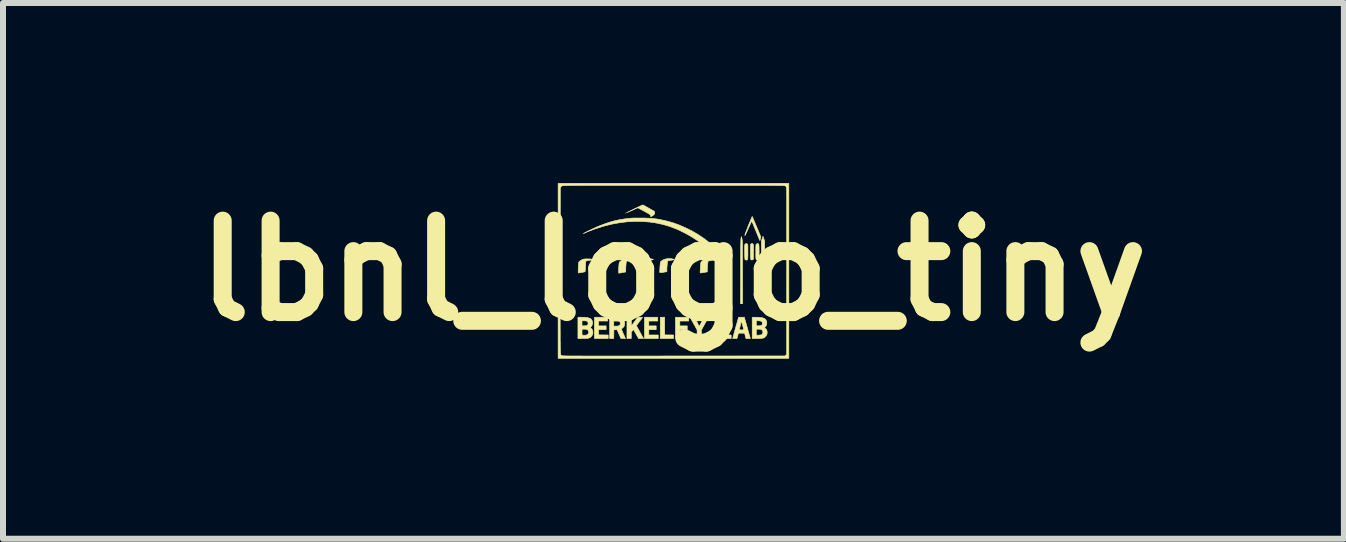
<source format=kicad_pcb>
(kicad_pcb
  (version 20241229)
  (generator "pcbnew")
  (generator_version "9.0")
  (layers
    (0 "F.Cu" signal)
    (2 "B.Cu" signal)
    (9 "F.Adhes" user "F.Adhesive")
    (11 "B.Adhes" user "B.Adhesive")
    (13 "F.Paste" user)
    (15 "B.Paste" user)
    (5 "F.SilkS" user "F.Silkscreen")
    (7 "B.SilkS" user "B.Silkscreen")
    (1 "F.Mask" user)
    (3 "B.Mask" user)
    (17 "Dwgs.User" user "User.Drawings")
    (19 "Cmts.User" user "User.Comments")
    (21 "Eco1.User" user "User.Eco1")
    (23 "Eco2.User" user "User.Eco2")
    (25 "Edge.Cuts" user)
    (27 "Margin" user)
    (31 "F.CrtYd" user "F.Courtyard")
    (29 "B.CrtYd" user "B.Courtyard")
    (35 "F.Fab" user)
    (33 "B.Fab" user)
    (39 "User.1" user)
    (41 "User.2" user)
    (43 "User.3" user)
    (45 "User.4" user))
  (footprint "lbnl_logo_tiny"
    (layer "F.Cu")
    (at 8.172 1.461)
    (property "Reference" "lbnl_logo_tiny" (at 0 0 0) (layer "F.SilkS") (effects (font (size 1.524 1.524) (thickness 0.3))))
    (attr through_hole)
    (fp_poly (pts (xy -1.503 -0.616) (xy -1.505 -0.614) (xy -1.507 -0.616) (xy -1.505 -0.618) (xy -1.503 -0.616)) (stroke (width 0.01) (type solid)) (fill yes) (layer "F.SilkS"))
    (fp_poly (pts (xy -0.796 -0.959) (xy -0.798 -0.957) (xy -0.8 -0.959) (xy -0.798 -0.961) (xy -0.796 -0.959)) (stroke (width 0.01) (type solid)) (fill yes) (layer "F.SilkS"))
    (fp_poly (pts (xy -0.147 0.922) (xy -0.146 1.069) (xy 0 1.071) (xy 0 1.13) (xy -0.22 1.13) (xy -0.22 0.775) (xy -0.148 0.775) (xy -0.147 0.922)) (stroke (width 0.01) (type solid)) (fill yes) (layer "F.SilkS"))
    (fp_poly (pts (xy 0.814 0.922) (xy 0.815 1.069) (xy 0.961 1.071) (xy 0.961 1.13) (xy 0.745 1.13) (xy 0.745 0.775) (xy 0.813 0.775) (xy 0.814 0.922)) (stroke (width 0.01) (type solid)) (fill yes) (layer "F.SilkS"))
    (fp_poly (pts (xy 1.506 -0.531) (xy 1.52 -0.489) (xy 1.52 0.55) (xy 1.465 0.55) (xy 1.465 -0.493) (xy 1.478 -0.533) (xy 1.492 -0.574) (xy 1.506 -0.531)) (stroke (width 0.01) (type solid)) (fill yes) (layer "F.SilkS"))
    (fp_poly (pts (xy -0.262 0.838) (xy -0.411 0.838) (xy -0.411 0.919) (xy -0.288 0.919) (xy -0.288 0.982) (xy -0.411 0.982) (xy -0.411 1.071) (xy -0.254 1.071) (xy -0.254 1.13) (xy -0.483 1.13) (xy -0.483 0.775) (xy -0.262 0.775) (xy -0.262 0.838)) (stroke (width 0.01) (type solid)) (fill yes) (layer "F.SilkS"))
    (fp_poly (pts (xy 0.254 0.838) (xy 0.106 0.838) (xy 0.106 0.919) (xy 0.229 0.919) (xy 0.229 0.982) (xy 0.106 0.982) (xy 0.106 1.071) (xy 0.262 1.071) (xy 0.262 1.13) (xy 0.034 1.13) (xy 0.034 0.775) (xy 0.254 0.775) (xy 0.254 0.838)) (stroke (width 0.01) (type solid)) (fill yes) (layer "F.SilkS"))
    (fp_poly (pts (xy -1.096 0.838) (xy -1.249 0.838) (xy -1.249 0.919) (xy -1.122 0.919) (xy -1.122 0.982) (xy -1.249 0.982) (xy -1.248 1.026) (xy -1.247 1.069) (xy -1.167 1.07) (xy -1.088 1.071) (xy -1.088 1.13) (xy -1.317 1.13) (xy -1.317 0.775) (xy -1.096 0.775) (xy -1.096 0.838)) (stroke (width 0.01) (type solid)) (fill yes) (layer "F.SilkS"))
    (fp_poly (pts (xy 1.23 -0.446) (xy 1.232 -0.445) (xy 1.234 -0.442) (xy 1.236 -0.438) (xy 1.238 -0.432) (xy 1.239 -0.424) (xy 1.24 -0.412) (xy 1.24 -0.395) (xy 1.24 -0.373) (xy 1.24 -0.343) (xy 1.24 -0.316) (xy 1.24 -0.278) (xy 1.24 -0.248) (xy 1.239 -0.225) (xy 1.238 -0.207) (xy 1.236 -0.195) (xy 1.233 -0.186) (xy 1.229 -0.181) (xy 1.224 -0.179) (xy 1.218 -0.178) (xy 1.213 -0.178) (xy 1.201 -0.18) (xy 1.193 -0.185) (xy 1.191 -0.189) (xy 1.19 -0.197) (xy 1.189 -0.209) (xy 1.188 -0.226) (xy 1.187 -0.25) (xy 1.187 -0.281) (xy 1.186 -0.306) (xy 1.186 -0.337) (xy 1.186 -0.366) (xy 1.186 -0.39) (xy 1.186 -0.41) (xy 1.187 -0.424) (xy 1.187 -0.43) (xy 1.194 -0.444) (xy 1.205 -0.451) (xy 1.218 -0.452) (xy 1.23 -0.446)) (stroke (width 0.01) (type solid)) (fill yes) (layer "F.SilkS"))
    (fp_poly (pts (xy -0.701 0.92) (xy -0.648 0.847) (xy -0.595 0.775) (xy -0.555 0.775) (xy -0.536 0.775) (xy -0.525 0.776) (xy -0.519 0.777) (xy -0.518 0.78) (xy -0.518 0.78) (xy -0.521 0.786) (xy -0.528 0.796) (xy -0.539 0.811) (xy -0.553 0.829) (xy -0.569 0.85) (xy -0.569 0.85) (xy -0.618 0.915) (xy -0.571 1) (xy -0.557 1.026) (xy -0.543 1.051) (xy -0.531 1.073) (xy -0.521 1.092) (xy -0.513 1.105) (xy -0.511 1.108) (xy -0.499 1.13) (xy -0.54 1.13) (xy -0.582 1.13) (xy -0.624 1.054) (xy -0.637 1.031) (xy -0.648 1.012) (xy -0.658 0.996) (xy -0.665 0.985) (xy -0.669 0.981) (xy -0.669 0.981) (xy -0.673 0.986) (xy -0.68 0.995) (xy -0.687 1.004) (xy -0.703 1.023) (xy -0.703 1.13) (xy -0.775 1.13) (xy -0.775 0.775) (xy -0.703 0.775) (xy -0.701 0.92)) (stroke (width 0.01) (type solid)) (fill yes) (layer "F.SilkS"))
    (fp_poly (pts (xy 1.141 -0.538) (xy 1.142 -0.533) (xy 1.143 -0.527) (xy 1.144 -0.521) (xy 1.145 -0.514) (xy 1.146 -0.505) (xy 1.147 -0.494) (xy 1.147 -0.48) (xy 1.148 -0.463) (xy 1.148 -0.443) (xy 1.149 -0.418) (xy 1.149 -0.389) (xy 1.149 -0.356) (xy 1.149 -0.316) (xy 1.15 -0.271) (xy 1.15 -0.219) (xy 1.15 -0.161) (xy 1.15 -0.095) (xy 1.15 -0.022) (xy 1.15 0.022) (xy 1.152 0.55) (xy 1.117 0.55) (xy 1.119 0.014) (xy 1.119 -0.066) (xy 1.119 -0.138) (xy 1.119 -0.202) (xy 1.12 -0.259) (xy 1.12 -0.309) (xy 1.12 -0.353) (xy 1.12 -0.391) (xy 1.121 -0.424) (xy 1.121 -0.452) (xy 1.122 -0.475) (xy 1.122 -0.494) (xy 1.123 -0.51) (xy 1.123 -0.522) (xy 1.124 -0.531) (xy 1.125 -0.539) (xy 1.126 -0.544) (xy 1.126 -0.546) (xy 1.133 -0.569) (xy 1.141 -0.538)) (stroke (width 0.01) (type solid)) (fill yes) (layer "F.SilkS"))
    (fp_poly (pts (xy 1.412 -0.45) (xy 1.416 -0.446) (xy 1.42 -0.441) (xy 1.422 -0.434) (xy 1.424 -0.423) (xy 1.425 -0.408) (xy 1.426 -0.388) (xy 1.426 -0.361) (xy 1.427 -0.327) (xy 1.427 -0.312) (xy 1.427 -0.275) (xy 1.426 -0.245) (xy 1.426 -0.222) (xy 1.424 -0.205) (xy 1.422 -0.193) (xy 1.419 -0.185) (xy 1.415 -0.181) (xy 1.41 -0.179) (xy 1.403 -0.178) (xy 1.399 -0.178) (xy 1.386 -0.181) (xy 1.378 -0.187) (xy 1.376 -0.191) (xy 1.375 -0.197) (xy 1.373 -0.207) (xy 1.373 -0.22) (xy 1.372 -0.238) (xy 1.372 -0.263) (xy 1.372 -0.294) (xy 1.372 -0.314) (xy 1.372 -0.348) (xy 1.372 -0.375) (xy 1.372 -0.396) (xy 1.373 -0.412) (xy 1.373 -0.422) (xy 1.375 -0.43) (xy 1.376 -0.435) (xy 1.379 -0.439) (xy 1.38 -0.442) (xy 1.391 -0.451) (xy 1.404 -0.453) (xy 1.412 -0.45)) (stroke (width 0.01) (type solid)) (fill yes) (layer "F.SilkS"))
    (fp_poly (pts (xy 1.316 -0.452) (xy 1.326 -0.445) (xy 1.329 -0.442) (xy 1.33 -0.437) (xy 1.331 -0.43) (xy 1.332 -0.419) (xy 1.333 -0.403) (xy 1.333 -0.382) (xy 1.333 -0.354) (xy 1.333 -0.319) (xy 1.333 -0.315) (xy 1.333 -0.279) (xy 1.333 -0.251) (xy 1.333 -0.229) (xy 1.333 -0.213) (xy 1.332 -0.202) (xy 1.331 -0.194) (xy 1.329 -0.189) (xy 1.327 -0.186) (xy 1.326 -0.185) (xy 1.314 -0.179) (xy 1.3 -0.179) (xy 1.29 -0.186) (xy 1.288 -0.189) (xy 1.286 -0.193) (xy 1.285 -0.201) (xy 1.284 -0.212) (xy 1.283 -0.228) (xy 1.283 -0.249) (xy 1.283 -0.276) (xy 1.283 -0.311) (xy 1.283 -0.316) (xy 1.283 -0.352) (xy 1.283 -0.38) (xy 1.283 -0.402) (xy 1.284 -0.417) (xy 1.284 -0.429) (xy 1.286 -0.436) (xy 1.287 -0.441) (xy 1.289 -0.445) (xy 1.29 -0.446) (xy 1.302 -0.452) (xy 1.316 -0.452)) (stroke (width 0.01) (type solid)) (fill yes) (layer "F.SilkS"))
    (fp_poly (pts (xy 0.39 0.849) (xy 0.401 0.872) (xy 0.411 0.893) (xy 0.419 0.909) (xy 0.425 0.92) (xy 0.428 0.925) (xy 0.428 0.925) (xy 0.431 0.922) (xy 0.437 0.913) (xy 0.445 0.898) (xy 0.456 0.879) (xy 0.467 0.856) (xy 0.47 0.851) (xy 0.508 0.775) (xy 0.544 0.775) (xy 0.562 0.775) (xy 0.573 0.776) (xy 0.578 0.777) (xy 0.579 0.78) (xy 0.578 0.781) (xy 0.576 0.787) (xy 0.569 0.798) (xy 0.56 0.815) (xy 0.549 0.837) (xy 0.535 0.861) (xy 0.521 0.887) (xy 0.466 0.986) (xy 0.466 1.13) (xy 0.394 1.13) (xy 0.394 0.988) (xy 0.339 0.888) (xy 0.324 0.861) (xy 0.31 0.836) (xy 0.299 0.815) (xy 0.29 0.798) (xy 0.284 0.786) (xy 0.281 0.781) (xy 0.281 0.778) (xy 0.285 0.776) (xy 0.294 0.775) (xy 0.309 0.775) (xy 0.316 0.775) (xy 0.354 0.775) (xy 0.39 0.849)) (stroke (width 0.01) (type solid)) (fill yes) (layer "F.SilkS"))
    (fp_poly (pts (xy -0.042 -0.201) (xy -0.004 -0.194) (xy -0.002 -0.193) (xy 0.007 -0.19) (xy 0.012 -0.188) (xy 0.012 -0.186) (xy 0.007 -0.184) (xy -0.006 -0.181) (xy -0.025 -0.177) (xy -0.044 -0.174) (xy -0.064 -0.17) (xy -0.08 -0.167) (xy -0.092 -0.165) (xy -0.096 -0.163) (xy -0.096 -0.163) (xy -0.098 -0.158) (xy -0.1 -0.146) (xy -0.102 -0.129) (xy -0.104 -0.108) (xy -0.106 -0.086) (xy -0.108 -0.063) (xy -0.109 -0.043) (xy -0.11 -0.026) (xy -0.11 -0.023) (xy -0.11 0.016) (xy -0.162 0.025) (xy -0.187 0.029) (xy -0.205 0.032) (xy -0.217 0.033) (xy -0.224 0.032) (xy -0.227 0.028) (xy -0.229 0.022) (xy -0.229 0.013) (xy -0.229 0.007) (xy -0.228 -0.007) (xy -0.227 -0.027) (xy -0.226 -0.05) (xy -0.224 -0.075) (xy -0.224 -0.082) (xy -0.218 -0.145) (xy -0.204 -0.159) (xy -0.18 -0.177) (xy -0.15 -0.19) (xy -0.117 -0.199) (xy -0.08 -0.202) (xy -0.042 -0.201)) (stroke (width 0.01) (type solid)) (fill yes) (layer "F.SilkS"))
    (fp_poly (pts (xy 0.614 -0.198) (xy 0.635 -0.196) (xy 0.655 -0.194) (xy 0.671 -0.191) (xy 0.677 -0.189) (xy 0.696 -0.184) (xy 0.643 -0.174) (xy 0.619 -0.169) (xy 0.601 -0.166) (xy 0.589 -0.163) (xy 0.581 -0.16) (xy 0.577 -0.157) (xy 0.575 -0.153) (xy 0.574 -0.147) (xy 0.574 -0.145) (xy 0.572 -0.127) (xy 0.569 -0.103) (xy 0.567 -0.077) (xy 0.565 -0.051) (xy 0.564 -0.027) (xy 0.563 -0.009) (xy 0.563 -0.008) (xy 0.563 0.019) (xy 0.507 0.029) (xy 0.486 0.032) (xy 0.468 0.035) (xy 0.455 0.037) (xy 0.448 0.038) (xy 0.448 0.038) (xy 0.446 0.034) (xy 0.445 0.025) (xy 0.444 0.02) (xy 0.445 0.01) (xy 0.446 -0.007) (xy 0.447 -0.029) (xy 0.448 -0.053) (xy 0.45 -0.069) (xy 0.452 -0.096) (xy 0.453 -0.115) (xy 0.455 -0.128) (xy 0.457 -0.137) (xy 0.459 -0.144) (xy 0.463 -0.148) (xy 0.467 -0.153) (xy 0.493 -0.174) (xy 0.524 -0.188) (xy 0.56 -0.196) (xy 0.602 -0.198) (xy 0.614 -0.198)) (stroke (width 0.01) (type solid)) (fill yes) (layer "F.SilkS"))
    (fp_poly (pts (xy -0.397 -0.202) (xy -0.36 -0.196) (xy -0.349 -0.193) (xy -0.34 -0.19) (xy -0.335 -0.188) (xy -0.335 -0.186) (xy -0.341 -0.184) (xy -0.353 -0.181) (xy -0.372 -0.177) (xy -0.391 -0.174) (xy -0.411 -0.17) (xy -0.427 -0.167) (xy -0.439 -0.165) (xy -0.444 -0.163) (xy -0.444 -0.163) (xy -0.445 -0.158) (xy -0.447 -0.146) (xy -0.449 -0.129) (xy -0.451 -0.108) (xy -0.453 -0.086) (xy -0.455 -0.063) (xy -0.456 -0.043) (xy -0.457 -0.025) (xy -0.457 -0.021) (xy -0.457 0.016) (xy -0.509 0.025) (xy -0.534 0.029) (xy -0.552 0.032) (xy -0.564 0.033) (xy -0.571 0.032) (xy -0.575 0.029) (xy -0.576 0.024) (xy -0.576 0.015) (xy -0.576 0.012) (xy -0.575 -0.001) (xy -0.575 -0.019) (xy -0.573 -0.042) (xy -0.572 -0.066) (xy -0.571 -0.076) (xy -0.569 -0.101) (xy -0.567 -0.119) (xy -0.566 -0.132) (xy -0.563 -0.14) (xy -0.561 -0.147) (xy -0.557 -0.152) (xy -0.553 -0.156) (xy -0.531 -0.174) (xy -0.503 -0.188) (xy -0.47 -0.197) (xy -0.434 -0.202) (xy -0.397 -0.202)) (stroke (width 0.01) (type solid)) (fill yes) (layer "F.SilkS"))
    (fp_poly (pts (xy -0.506 -1.094) (xy -0.495 -1.089) (xy -0.478 -1.08) (xy -0.458 -1.069) (xy -0.434 -1.055) (xy -0.411 -1.042) (xy -0.315 -0.988) (xy -0.314 -0.972) (xy -0.314 -0.959) (xy -0.315 -0.949) (xy -0.319 -0.94) (xy -0.327 -0.932) (xy -0.34 -0.922) (xy -0.359 -0.91) (xy -0.376 -0.9) (xy -0.379 -0.9) (xy -0.381 -0.908) (xy -0.381 -0.911) (xy -0.383 -0.923) (xy -0.386 -0.932) (xy -0.386 -0.932) (xy -0.391 -0.936) (xy -0.403 -0.943) (xy -0.42 -0.953) (xy -0.441 -0.965) (xy -0.465 -0.979) (xy -0.492 -0.994) (xy -0.493 -0.994) (xy -0.594 -1.049) (xy -0.687 -1.007) (xy -0.713 -0.995) (xy -0.736 -0.985) (xy -0.756 -0.977) (xy -0.771 -0.97) (xy -0.779 -0.967) (xy -0.781 -0.966) (xy -0.778 -0.968) (xy -0.768 -0.974) (xy -0.753 -0.981) (xy -0.733 -0.991) (xy -0.709 -1.003) (xy -0.683 -1.016) (xy -0.656 -1.029) (xy -0.628 -1.042) (xy -0.601 -1.055) (xy -0.576 -1.067) (xy -0.554 -1.078) (xy -0.535 -1.086) (xy -0.521 -1.093) (xy -0.513 -1.096) (xy -0.512 -1.096) (xy -0.506 -1.094)) (stroke (width 0.01) (type solid)) (fill yes) (layer "F.SilkS"))
    (fp_poly (pts (xy -1.07 -0.201) (xy -1.045 -0.197) (xy -1.029 -0.193) (xy -1.02 -0.19) (xy -1.016 -0.188) (xy -1.016 -0.186) (xy -1.022 -0.183) (xy -1.035 -0.181) (xy -1.054 -0.177) (xy -1.073 -0.174) (xy -1.093 -0.17) (xy -1.109 -0.167) (xy -1.12 -0.165) (xy -1.124 -0.164) (xy -1.124 -0.164) (xy -1.125 -0.158) (xy -1.127 -0.146) (xy -1.129 -0.129) (xy -1.13 -0.108) (xy -1.132 -0.087) (xy -1.133 -0.065) (xy -1.134 -0.045) (xy -1.135 -0.03) (xy -1.135 -0.027) (xy -1.135 0.015) (xy -1.189 0.025) (xy -1.209 0.028) (xy -1.227 0.031) (xy -1.24 0.033) (xy -1.247 0.034) (xy -1.248 0.034) (xy -1.25 0.031) (xy -1.252 0.022) (xy -1.253 0.007) (xy -1.253 -0.005) (xy -1.253 -0.025) (xy -1.251 -0.051) (xy -1.25 -0.077) (xy -1.248 -0.095) (xy -1.246 -0.117) (xy -1.244 -0.132) (xy -1.242 -0.143) (xy -1.239 -0.15) (xy -1.234 -0.156) (xy -1.232 -0.158) (xy -1.218 -0.169) (xy -1.199 -0.181) (xy -1.176 -0.191) (xy -1.153 -0.198) (xy -1.145 -0.199) (xy -1.123 -0.202) (xy -1.097 -0.202) (xy -1.07 -0.201)) (stroke (width 0.01) (type solid)) (fill yes) (layer "F.SilkS"))
    (fp_poly (pts (xy -0.741 -0.197) (xy -0.722 -0.194) (xy -0.704 -0.191) (xy -0.688 -0.188) (xy -0.676 -0.185) (xy -0.671 -0.182) (xy -0.671 -0.182) (xy -0.674 -0.18) (xy -0.684 -0.178) (xy -0.7 -0.174) (xy -0.72 -0.17) (xy -0.727 -0.169) (xy -0.785 -0.159) (xy -0.79 -0.114) (xy -0.792 -0.089) (xy -0.794 -0.06) (xy -0.795 -0.033) (xy -0.795 -0.024) (xy -0.796 -0.006) (xy -0.796 0.009) (xy -0.797 0.019) (xy -0.797 0.021) (xy -0.802 0.022) (xy -0.813 0.024) (xy -0.829 0.026) (xy -0.847 0.03) (xy -0.865 0.033) (xy -0.882 0.036) (xy -0.896 0.039) (xy -0.904 0.04) (xy -0.905 0.04) (xy -0.91 0.041) (xy -0.912 0.039) (xy -0.914 0.033) (xy -0.914 0.022) (xy -0.914 0.01) (xy -0.914 -0.008) (xy -0.913 -0.03) (xy -0.912 -0.056) (xy -0.91 -0.08) (xy -0.908 -0.103) (xy -0.906 -0.12) (xy -0.904 -0.131) (xy -0.901 -0.139) (xy -0.898 -0.145) (xy -0.892 -0.151) (xy -0.89 -0.153) (xy -0.87 -0.169) (xy -0.844 -0.182) (xy -0.814 -0.191) (xy -0.782 -0.197) (xy -0.751 -0.198) (xy -0.741 -0.197)) (stroke (width 0.01) (type solid)) (fill yes) (layer "F.SilkS"))
    (fp_poly (pts (xy -1.433 -0.197) (xy -1.404 -0.196) (xy -1.382 -0.195) (xy -1.367 -0.193) (xy -1.357 -0.19) (xy -1.34 -0.183) (xy -1.38 -0.176) (xy -1.4 -0.173) (xy -1.42 -0.169) (xy -1.435 -0.167) (xy -1.439 -0.166) (xy -1.451 -0.164) (xy -1.457 -0.16) (xy -1.46 -0.152) (xy -1.461 -0.144) (xy -1.463 -0.133) (xy -1.464 -0.116) (xy -1.465 -0.094) (xy -1.467 -0.07) (xy -1.467 -0.054) (xy -1.468 -0.028) (xy -1.47 -0.009) (xy -1.471 0.004) (xy -1.472 0.012) (xy -1.474 0.016) (xy -1.477 0.018) (xy -1.479 0.019) (xy -1.488 0.021) (xy -1.503 0.024) (xy -1.52 0.027) (xy -1.539 0.03) (xy -1.557 0.033) (xy -1.571 0.036) (xy -1.581 0.038) (xy -1.584 0.038) (xy -1.586 0.034) (xy -1.587 0.024) (xy -1.587 0.008) (xy -1.587 -0.003) (xy -1.587 -0.026) (xy -1.586 -0.053) (xy -1.584 -0.08) (xy -1.583 -0.093) (xy -1.579 -0.142) (xy -1.56 -0.16) (xy -1.544 -0.172) (xy -1.526 -0.183) (xy -1.516 -0.187) (xy -1.506 -0.191) (xy -1.495 -0.194) (xy -1.483 -0.195) (xy -1.467 -0.196) (xy -1.446 -0.197) (xy -1.433 -0.197)) (stroke (width 0.01) (type solid)) (fill yes) (layer "F.SilkS"))
    (fp_poly (pts (xy 0.273 -0.202) (xy 0.295 -0.201) (xy 0.315 -0.199) (xy 0.332 -0.196) (xy 0.344 -0.193) (xy 0.351 -0.19) (xy 0.35 -0.188) (xy 0.346 -0.187) (xy 0.335 -0.185) (xy 0.319 -0.182) (xy 0.299 -0.178) (xy 0.294 -0.177) (xy 0.274 -0.174) (xy 0.256 -0.171) (xy 0.244 -0.168) (xy 0.238 -0.167) (xy 0.238 -0.167) (xy 0.237 -0.162) (xy 0.235 -0.151) (xy 0.233 -0.134) (xy 0.231 -0.114) (xy 0.229 -0.092) (xy 0.227 -0.07) (xy 0.226 -0.049) (xy 0.225 -0.032) (xy 0.224 -0.02) (xy 0.225 -0.007) (xy 0.224 0.003) (xy 0.222 0.009) (xy 0.217 0.013) (xy 0.208 0.016) (xy 0.193 0.019) (xy 0.171 0.023) (xy 0.167 0.023) (xy 0.149 0.027) (xy 0.132 0.029) (xy 0.12 0.032) (xy 0.117 0.032) (xy 0.111 0.033) (xy 0.107 0.031) (xy 0.106 0.025) (xy 0.106 0.013) (xy 0.106 0.01) (xy 0.106 -0.003) (xy 0.107 -0.023) (xy 0.108 -0.046) (xy 0.11 -0.071) (xy 0.111 -0.08) (xy 0.113 -0.108) (xy 0.115 -0.129) (xy 0.119 -0.144) (xy 0.124 -0.155) (xy 0.131 -0.164) (xy 0.141 -0.171) (xy 0.154 -0.18) (xy 0.176 -0.191) (xy 0.199 -0.198) (xy 0.225 -0.202) (xy 0.256 -0.203) (xy 0.273 -0.202)) (stroke (width 0.01) (type solid)) (fill yes) (layer "F.SilkS"))
    (fp_poly (pts (xy 1.312 -0.903) (xy 1.315 -0.899) (xy 1.32 -0.887) (xy 1.327 -0.869) (xy 1.337 -0.846) (xy 1.349 -0.819) (xy 1.362 -0.787) (xy 1.377 -0.753) (xy 1.386 -0.731) (xy 1.456 -0.563) (xy 1.448 -0.532) (xy 1.441 -0.502) (xy 1.432 -0.521) (xy 1.429 -0.529) (xy 1.422 -0.544) (xy 1.414 -0.565) (xy 1.403 -0.591) (xy 1.391 -0.62) (xy 1.378 -0.652) (xy 1.365 -0.683) (xy 1.352 -0.715) (xy 1.339 -0.745) (xy 1.328 -0.772) (xy 1.319 -0.794) (xy 1.311 -0.811) (xy 1.306 -0.822) (xy 1.304 -0.825) (xy 1.304 -0.826) (xy 1.302 -0.822) (xy 1.296 -0.811) (xy 1.288 -0.795) (xy 1.279 -0.774) (xy 1.267 -0.748) (xy 1.254 -0.72) (xy 1.249 -0.708) (xy 1.236 -0.679) (xy 1.224 -0.651) (xy 1.213 -0.628) (xy 1.204 -0.609) (xy 1.197 -0.595) (xy 1.194 -0.587) (xy 1.193 -0.587) (xy 1.191 -0.587) (xy 1.19 -0.594) (xy 1.191 -0.6) (xy 1.195 -0.613) (xy 1.202 -0.631) (xy 1.21 -0.654) (xy 1.22 -0.68) (xy 1.231 -0.708) (xy 1.242 -0.738) (xy 1.254 -0.768) (xy 1.266 -0.798) (xy 1.278 -0.825) (xy 1.288 -0.85) (xy 1.297 -0.872) (xy 1.304 -0.888) (xy 1.309 -0.899) (xy 1.312 -0.903) (xy 1.312 -0.903)) (stroke (width 0.01) (type solid)) (fill yes) (layer "F.SilkS"))
    (fp_poly (pts (xy -0.977 0.776) (xy -0.946 0.776) (xy -0.922 0.777) (xy -0.904 0.778) (xy -0.891 0.78) (xy -0.882 0.782) (xy -0.874 0.785) (xy -0.852 0.798) (xy -0.833 0.817) (xy -0.821 0.836) (xy -0.815 0.857) (xy -0.813 0.881) (xy -0.816 0.904) (xy -0.821 0.921) (xy -0.827 0.932) (xy -0.837 0.944) (xy -0.848 0.955) (xy -0.858 0.963) (xy -0.864 0.965) (xy -0.867 0.966) (xy -0.867 0.971) (xy -0.865 0.979) (xy -0.86 0.992) (xy -0.852 1.012) (xy -0.846 1.025) (xy -0.837 1.047) (xy -0.827 1.069) (xy -0.818 1.089) (xy -0.813 1.102) (xy -0.8 1.131) (xy -0.839 1.129) (xy -0.877 1.128) (xy -0.908 1.056) (xy -0.939 0.984) (xy -0.993 0.984) (xy -0.995 1.13) (xy -1.063 1.13) (xy -1.063 0.923) (xy -0.995 0.923) (xy -0.964 0.923) (xy -0.946 0.923) (xy -0.93 0.922) (xy -0.919 0.92) (xy -0.919 0.92) (xy -0.902 0.913) (xy -0.891 0.901) (xy -0.885 0.886) (xy -0.886 0.869) (xy -0.894 0.853) (xy -0.895 0.852) (xy -0.9 0.847) (xy -0.905 0.843) (xy -0.913 0.841) (xy -0.924 0.84) (xy -0.941 0.839) (xy -0.95 0.839) (xy -0.995 0.837) (xy -0.995 0.923) (xy -1.063 0.923) (xy -1.063 0.774) (xy -0.977 0.776)) (stroke (width 0.01) (type solid)) (fill yes) (layer "F.SilkS"))
    (fp_poly (pts (xy -1.536 0.775) (xy -1.489 0.776) (xy -1.45 0.779) (xy -1.419 0.785) (xy -1.394 0.793) (xy -1.375 0.804) (xy -1.364 0.816) (xy -1.353 0.838) (xy -1.348 0.863) (xy -1.35 0.888) (xy -1.358 0.912) (xy -1.372 0.931) (xy -1.387 0.947) (xy -1.373 0.959) (xy -1.356 0.977) (xy -1.346 0.999) (xy -1.342 1.024) (xy -1.344 1.049) (xy -1.353 1.073) (xy -1.368 1.095) (xy -1.372 1.099) (xy -1.382 1.108) (xy -1.392 1.115) (xy -1.403 1.12) (xy -1.416 1.124) (xy -1.433 1.126) (xy -1.455 1.128) (xy -1.483 1.129) (xy -1.506 1.129) (xy -1.592 1.131) (xy -1.592 1.022) (xy -1.524 1.022) (xy -1.524 1.041) (xy -1.523 1.057) (xy -1.522 1.068) (xy -1.521 1.072) (xy -1.515 1.074) (xy -1.503 1.075) (xy -1.488 1.075) (xy -1.471 1.074) (xy -1.456 1.073) (xy -1.447 1.071) (xy -1.431 1.062) (xy -1.419 1.048) (xy -1.414 1.029) (xy -1.414 1.024) (xy -1.417 1.005) (xy -1.425 0.991) (xy -1.44 0.981) (xy -1.461 0.975) (xy -1.489 0.974) (xy -1.524 0.974) (xy -1.524 1.022) (xy -1.592 1.022) (xy -1.592 0.834) (xy -1.524 0.834) (xy -1.524 0.919) (xy -1.484 0.918) (xy -1.465 0.917) (xy -1.452 0.916) (xy -1.443 0.913) (xy -1.437 0.909) (xy -1.433 0.906) (xy -1.425 0.895) (xy -1.422 0.881) (xy -1.422 0.88) (xy -1.424 0.862) (xy -1.431 0.849) (xy -1.444 0.84) (xy -1.462 0.836) (xy -1.488 0.834) (xy -1.49 0.834) (xy -1.524 0.834) (xy -1.592 0.834) (xy -1.592 0.775) (xy -1.536 0.775)) (stroke (width 0.01) (type solid)) (fill yes) (layer "F.SilkS"))
    (fp_poly (pts (xy 1.368 0.775) (xy 1.413 0.776) (xy 1.451 0.779) (xy 1.481 0.784) (xy 1.506 0.792) (xy 1.524 0.802) (xy 1.538 0.815) (xy 1.544 0.824) (xy 1.552 0.846) (xy 1.555 0.869) (xy 1.553 0.893) (xy 1.545 0.914) (xy 1.534 0.931) (xy 1.526 0.937) (xy 1.515 0.945) (xy 1.532 0.961) (xy 1.549 0.981) (xy 1.559 1.004) (xy 1.562 1.03) (xy 1.558 1.058) (xy 1.546 1.082) (xy 1.53 1.1) (xy 1.52 1.109) (xy 1.51 1.116) (xy 1.5 1.121) (xy 1.487 1.124) (xy 1.471 1.126) (xy 1.451 1.128) (xy 1.425 1.129) (xy 1.398 1.129) (xy 1.312 1.131) (xy 1.312 0.974) (xy 1.38 0.974) (xy 1.38 1.022) (xy 1.38 1.041) (xy 1.381 1.057) (xy 1.382 1.069) (xy 1.383 1.073) (xy 1.389 1.074) (xy 1.401 1.075) (xy 1.417 1.074) (xy 1.434 1.073) (xy 1.45 1.071) (xy 1.462 1.069) (xy 1.469 1.067) (xy 1.478 1.058) (xy 1.485 1.044) (xy 1.49 1.029) (xy 1.49 1.022) (xy 1.486 1.005) (xy 1.476 0.99) (xy 1.462 0.98) (xy 1.45 0.976) (xy 1.432 0.974) (xy 1.414 0.974) (xy 1.38 0.974) (xy 1.312 0.974) (xy 1.312 0.834) (xy 1.38 0.834) (xy 1.38 0.919) (xy 1.421 0.918) (xy 1.44 0.917) (xy 1.452 0.916) (xy 1.46 0.914) (xy 1.466 0.91) (xy 1.471 0.905) (xy 1.471 0.905) (xy 1.48 0.889) (xy 1.482 0.872) (xy 1.477 0.855) (xy 1.477 0.854) (xy 1.467 0.845) (xy 1.45 0.838) (xy 1.426 0.834) (xy 1.412 0.834) (xy 1.38 0.834) (xy 1.312 0.834) (xy 1.312 0.775) (xy 1.368 0.775)) (stroke (width 0.01) (type solid)) (fill yes) (layer "F.SilkS"))
    (fp_poly (pts (xy 1.185 0.791) (xy 1.187 0.798) (xy 1.191 0.813) (xy 1.197 0.834) (xy 1.205 0.86) (xy 1.213 0.89) (xy 1.223 0.924) (xy 1.233 0.959) (xy 1.235 0.968) (xy 1.281 1.13) (xy 1.208 1.13) (xy 1.201 1.102) (xy 1.196 1.084) (xy 1.192 1.068) (xy 1.189 1.057) (xy 1.185 1.041) (xy 1.081 1.041) (xy 1.076 1.063) (xy 1.072 1.081) (xy 1.066 1.101) (xy 1.064 1.108) (xy 1.058 1.13) (xy 1.022 1.13) (xy 1.006 1.13) (xy 0.994 1.129) (xy 0.987 1.128) (xy 0.986 1.128) (xy 0.987 1.123) (xy 0.991 1.111) (xy 0.996 1.093) (xy 1.002 1.069) (xy 1.01 1.041) (xy 1.019 1.008) (xy 1.026 0.983) (xy 1.097 0.983) (xy 1.1 0.985) (xy 1.111 0.986) (xy 1.126 0.986) (xy 1.132 0.986) (xy 1.15 0.986) (xy 1.161 0.985) (xy 1.167 0.983) (xy 1.168 0.98) (xy 1.168 0.98) (xy 1.167 0.973) (xy 1.165 0.961) (xy 1.161 0.943) (xy 1.156 0.922) (xy 1.15 0.9) (xy 1.144 0.878) (xy 1.139 0.857) (xy 1.138 0.853) (xy 1.136 0.847) (xy 1.135 0.844) (xy 1.133 0.845) (xy 1.13 0.85) (xy 1.127 0.861) (xy 1.123 0.878) (xy 1.116 0.902) (xy 1.115 0.908) (xy 1.109 0.932) (xy 1.104 0.952) (xy 1.1 0.969) (xy 1.097 0.98) (xy 1.097 0.983) (xy 1.026 0.983) (xy 1.029 0.973) (xy 1.035 0.952) (xy 1.045 0.915) (xy 1.055 0.881) (xy 1.064 0.85) (xy 1.071 0.824) (xy 1.077 0.802) (xy 1.081 0.787) (xy 1.083 0.778) (xy 1.084 0.777) (xy 1.088 0.776) (xy 1.098 0.775) (xy 1.114 0.775) (xy 1.132 0.775) (xy 1.181 0.775) (xy 1.185 0.791)) (stroke (width 0.01) (type solid)) (fill yes) (layer "F.SilkS"))
    (fp_poly (pts (xy -0.492 -0.878) (xy -0.432 -0.876) (xy -0.376 -0.873) (xy -0.323 -0.868) (xy -0.272 -0.861) (xy -0.22 -0.852) (xy -0.166 -0.84) (xy -0.112 -0.828) (xy -0.009 -0.799) (xy 0.094 -0.762) (xy 0.196 -0.718) (xy 0.297 -0.668) (xy 0.394 -0.613) (xy 0.487 -0.552) (xy 0.513 -0.533) (xy 0.544 -0.51) (xy 0.576 -0.484) (xy 0.608 -0.458) (xy 0.638 -0.432) (xy 0.664 -0.407) (xy 0.686 -0.385) (xy 0.695 -0.376) (xy 0.721 -0.347) (xy 0.897 -0.347) (xy 0.897 0.614) (xy 0.83 0.614) (xy 0.829 0.164) (xy 0.828 -0.286) (xy 0.746 -0.287) (xy 0.664 -0.288) (xy 0.623 -0.326) (xy 0.547 -0.392) (xy 0.464 -0.456) (xy 0.377 -0.517) (xy 0.287 -0.574) (xy 0.195 -0.625) (xy 0.104 -0.671) (xy 0.049 -0.695) (xy -0.06 -0.737) (xy -0.172 -0.77) (xy -0.286 -0.795) (xy -0.403 -0.812) (xy -0.522 -0.821) (xy -0.643 -0.822) (xy -0.766 -0.816) (xy -0.891 -0.801) (xy -1.019 -0.778) (xy -1.13 -0.751) (xy -1.168 -0.741) (xy -1.209 -0.728) (xy -1.252 -0.714) (xy -1.296 -0.7) (xy -1.339 -0.684) (xy -1.381 -0.669) (xy -1.418 -0.655) (xy -1.45 -0.641) (xy -1.476 -0.629) (xy -1.479 -0.628) (xy -1.49 -0.623) (xy -1.496 -0.621) (xy -1.497 -0.621) (xy -1.492 -0.625) (xy -1.481 -0.631) (xy -1.464 -0.64) (xy -1.443 -0.651) (xy -1.418 -0.663) (xy -1.391 -0.676) (xy -1.363 -0.69) (xy -1.335 -0.703) (xy -1.308 -0.715) (xy -1.284 -0.726) (xy -1.262 -0.736) (xy -1.257 -0.738) (xy -1.185 -0.766) (xy -1.113 -0.792) (xy -1.044 -0.814) (xy -0.977 -0.833) (xy -0.916 -0.846) (xy -0.898 -0.85) (xy -0.874 -0.854) (xy -0.846 -0.858) (xy -0.816 -0.863) (xy -0.787 -0.867) (xy -0.762 -0.87) (xy -0.741 -0.872) (xy -0.721 -0.874) (xy -0.701 -0.876) (xy -0.68 -0.877) (xy -0.656 -0.878) (xy -0.628 -0.878) (xy -0.594 -0.878) (xy -0.559 -0.878) (xy -0.492 -0.878)) (stroke (width 0.01) (type solid)) (fill yes) (layer "F.SilkS"))
    (fp_poly (pts (xy 1.922 1.46) (xy -1.922 1.46) (xy -1.922 0.818) (xy -1.888 0.818) (xy -1.888 0.89) (xy -1.888 0.955) (xy -1.887 1.015) (xy -1.887 1.069) (xy -1.887 1.118) (xy -1.887 1.162) (xy -1.886 1.202) (xy -1.886 1.236) (xy -1.886 1.267) (xy -1.885 1.294) (xy -1.884 1.317) (xy -1.884 1.337) (xy -1.883 1.354) (xy -1.882 1.368) (xy -1.881 1.379) (xy -1.88 1.388) (xy -1.879 1.395) (xy -1.877 1.401) (xy -1.876 1.405) (xy -1.874 1.407) (xy -1.873 1.409) (xy -1.871 1.41) (xy -1.869 1.411) (xy -1.867 1.412) (xy -1.864 1.413) (xy -1.862 1.414) (xy -1.862 1.414) (xy -1.861 1.415) (xy -1.859 1.415) (xy -1.858 1.416) (xy -1.855 1.416) (xy -1.852 1.417) (xy -1.848 1.417) (xy -1.842 1.418) (xy -1.834 1.418) (xy -1.825 1.419) (xy -1.814 1.419) (xy -1.801 1.419) (xy -1.785 1.42) (xy -1.766 1.42) (xy -1.744 1.42) (xy -1.719 1.421) (xy -1.691 1.421) (xy -1.658 1.421) (xy -1.622 1.421) (xy -1.582 1.421) (xy -1.537 1.421) (xy -1.488 1.422) (xy -1.434 1.422) (xy -1.374 1.422) (xy -1.31 1.422) (xy -1.239 1.422) (xy -1.163 1.422) (xy -1.081 1.422) (xy -0.993 1.422) (xy -0.898 1.422) (xy -0.796 1.422) (xy -0.687 1.422) (xy -0.571 1.422) (xy -0.448 1.422) (xy -0.316 1.422) (xy -0.177 1.421) (xy -0.03 1.421) (xy 0.005 1.421) (xy 1.858 1.42) (xy 1.886 1.393) (xy 1.887 0.005) (xy 1.887 -0.123) (xy 1.887 -0.244) (xy 1.887 -0.356) (xy 1.887 -0.461) (xy 1.887 -0.559) (xy 1.887 -0.649) (xy 1.887 -0.733) (xy 1.887 -0.81) (xy 1.887 -0.88) (xy 1.887 -0.945) (xy 1.887 -1.004) (xy 1.887 -1.057) (xy 1.887 -1.106) (xy 1.887 -1.149) (xy 1.887 -1.188) (xy 1.887 -1.222) (xy 1.886 -1.252) (xy 1.886 -1.278) (xy 1.886 -1.301) (xy 1.886 -1.321) (xy 1.885 -1.337) (xy 1.885 -1.351) (xy 1.885 -1.362) (xy 1.884 -1.371) (xy 1.884 -1.378) (xy 1.883 -1.384) (xy 1.882 -1.388) (xy 1.882 -1.391) (xy 1.881 -1.393) (xy 1.88 -1.395) (xy 1.88 -1.395) (xy 1.871 -1.406) (xy 1.858 -1.415) (xy 1.857 -1.415) (xy 1.856 -1.416) (xy 1.853 -1.416) (xy 1.85 -1.417) (xy 1.845 -1.417) (xy 1.838 -1.418) (xy 1.83 -1.418) (xy 1.82 -1.419) (xy 1.807 -1.419) (xy 1.792 -1.419) (xy 1.774 -1.42) (xy 1.754 -1.42) (xy 1.73 -1.42) (xy 1.702 -1.421) (xy 1.671 -1.421) (xy 1.636 -1.421) (xy 1.597 -1.421) (xy 1.554 -1.421) (xy 1.505 -1.422) (xy 1.452 -1.422) (xy 1.394 -1.422) (xy 1.331 -1.422) (xy 1.262 -1.422) (xy 1.187 -1.422) (xy 1.107 -1.422) (xy 1.02 -1.422) (xy 0.926 -1.422) (xy 0.826 -1.422) (xy 0.719 -1.422) (xy 0.605 -1.422) (xy 0.483 -1.422) (xy 0.354 -1.422) (xy 0.216 -1.422) (xy 0.071 -1.422) (xy 0.001 -1.422) (xy -0.148 -1.422) (xy -0.288 -1.422) (xy -0.421 -1.422) (xy -0.546 -1.422) (xy -0.663 -1.422) (xy -0.774 -1.422) (xy -0.877 -1.422) (xy -0.973 -1.422) (xy -1.063 -1.422) (xy -1.146 -1.422) (xy -1.223 -1.422) (xy -1.295 -1.422) (xy -1.36 -1.422) (xy -1.421 -1.422) (xy -1.476 -1.422) (xy -1.526 -1.421) (xy -1.572 -1.421) (xy -1.613 -1.421) (xy -1.649 -1.421) (xy -1.682 -1.421) (xy -1.711 -1.42) (xy -1.737 -1.42) (xy -1.759 -1.42) (xy -1.778 -1.42) (xy -1.795 -1.419) (xy -1.808 -1.419) (xy -1.82 -1.419) (xy -1.829 -1.418) (xy -1.837 -1.418) (xy -1.842 -1.417) (xy -1.847 -1.417) (xy -1.85 -1.416) (xy -1.852 -1.416) (xy -1.854 -1.415) (xy -1.854 -1.415) (xy -1.866 -1.407) (xy -1.877 -1.396) (xy -1.877 -1.396) (xy -1.886 -1.384) (xy -1.887 -0.004) (xy -1.887 0.126) (xy -1.887 0.247) (xy -1.887 0.361) (xy -1.887 0.466) (xy -1.888 0.565) (xy -1.888 0.656) (xy -1.888 0.74) (xy -1.888 0.818) (xy -1.922 0.818) (xy -1.922 -1.456) (xy 1.922 -1.456) (xy 1.922 1.46)) (stroke (width 0.01) (type solid)) (fill yes) (layer "F.SilkS")))
  (gr_rect
    (start -3 -3)
    (end 19.343 5.927)
    (stroke (width 0.1) (type default))
    (fill no)
    (layer "Edge.Cuts")))
</source>
